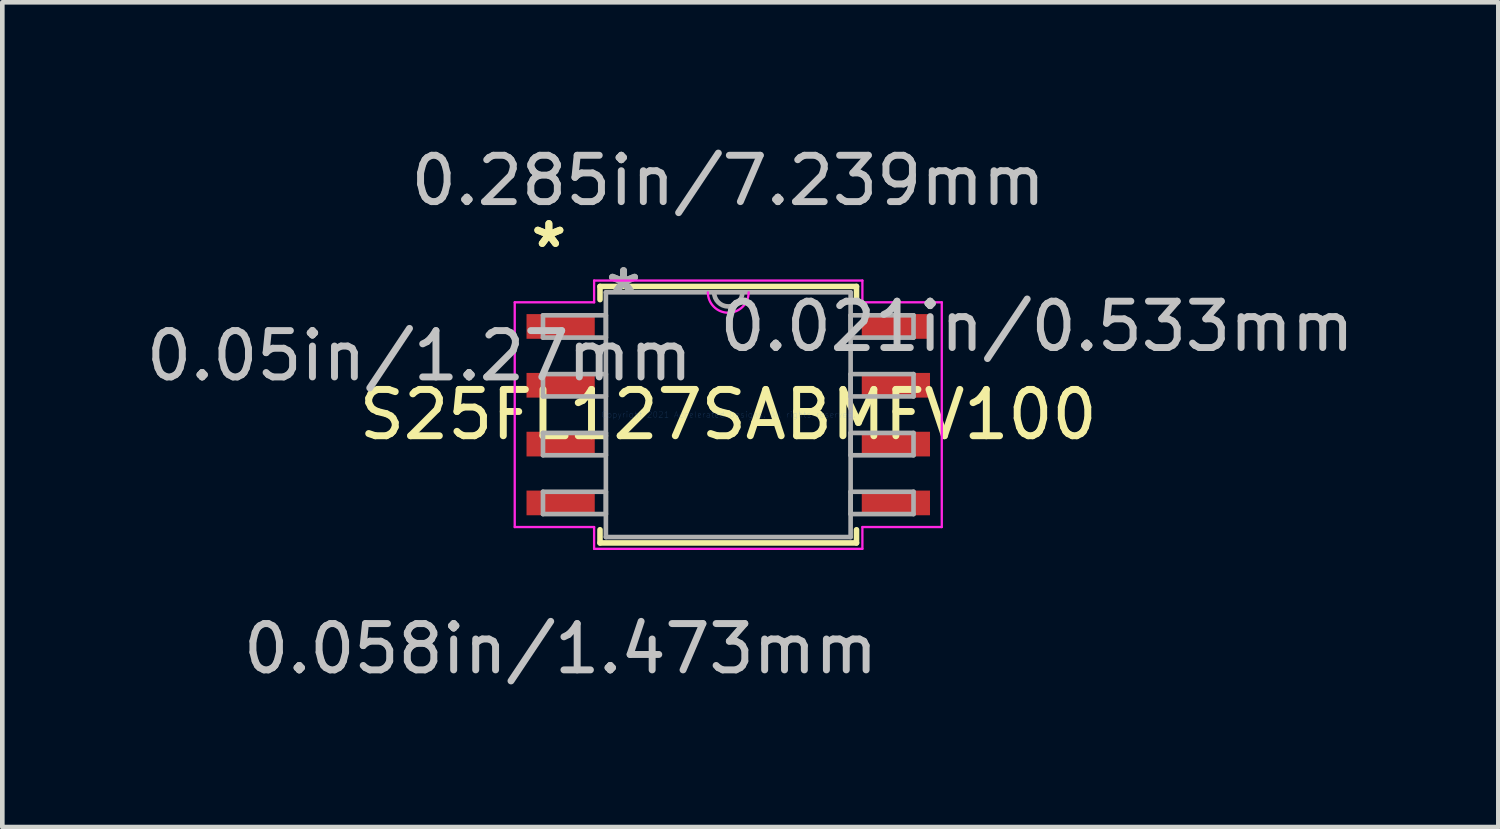
<source format=kicad_pcb>
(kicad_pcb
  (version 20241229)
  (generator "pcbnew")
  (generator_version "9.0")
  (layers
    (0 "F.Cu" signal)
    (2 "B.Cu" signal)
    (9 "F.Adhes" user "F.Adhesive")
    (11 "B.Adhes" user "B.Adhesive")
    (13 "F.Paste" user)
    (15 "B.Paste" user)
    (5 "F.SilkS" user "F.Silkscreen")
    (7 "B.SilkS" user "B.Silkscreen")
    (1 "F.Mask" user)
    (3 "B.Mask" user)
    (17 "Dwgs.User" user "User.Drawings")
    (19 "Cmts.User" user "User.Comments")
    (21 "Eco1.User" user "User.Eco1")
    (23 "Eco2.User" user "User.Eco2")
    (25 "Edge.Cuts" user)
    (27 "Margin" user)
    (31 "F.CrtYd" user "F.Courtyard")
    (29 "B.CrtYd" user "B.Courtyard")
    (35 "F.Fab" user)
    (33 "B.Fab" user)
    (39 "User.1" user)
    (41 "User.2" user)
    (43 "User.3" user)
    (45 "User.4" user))
  (footprint "S25FL127SABMFV100"
    (layer "F.Cu")
    (at 12.673 5.903)
    (property "Reference" "S25FL127SABMFV100" (at 0 0 0) (layer "F.SilkS") (effects (font (size 1 1) (thickness 0.15))))
    (attr through_hole)
    (fp_line (start -2.769 -2.769) (end -2.769 -2.484) (stroke (width 0.12) (type solid)) (layer "F.SilkS"))
    (fp_line (start -2.769 2.484) (end -2.769 2.769) (stroke (width 0.12) (type solid)) (layer "F.SilkS"))
    (fp_line (start -2.769 2.769) (end 2.769 2.769) (stroke (width 0.12) (type solid)) (layer "F.SilkS"))
    (fp_line (start 2.769 -2.769) (end -2.769 -2.769) (stroke (width 0.12) (type solid)) (layer "F.SilkS"))
    (fp_line (start 2.769 -2.484) (end 2.769 -2.769) (stroke (width 0.12) (type solid)) (layer "F.SilkS"))
    (fp_line (start 2.769 2.769) (end 2.769 2.484) (stroke (width 0.12) (type solid)) (layer "F.SilkS"))
    (fp_line (start -4.61 -2.426) (end -2.896 -2.426) (stroke (width 0.05) (type solid)) (layer "F.CrtYd"))
    (fp_line (start -4.61 2.426) (end -4.61 -2.426) (stroke (width 0.05) (type solid)) (layer "F.CrtYd"))
    (fp_line (start -2.896 -2.896) (end 2.896 -2.896) (stroke (width 0.05) (type solid)) (layer "F.CrtYd"))
    (fp_line (start -2.896 -2.426) (end -2.896 -2.896) (stroke (width 0.05) (type solid)) (layer "F.CrtYd"))
    (fp_line (start -2.896 2.426) (end -4.61 2.426) (stroke (width 0.05) (type solid)) (layer "F.CrtYd"))
    (fp_line (start -2.896 2.896) (end -2.896 2.426) (stroke (width 0.05) (type solid)) (layer "F.CrtYd"))
    (fp_line (start 2.896 -2.896) (end 2.896 -2.426) (stroke (width 0.05) (type solid)) (layer "F.CrtYd"))
    (fp_line (start 2.896 -2.426) (end 4.61 -2.426) (stroke (width 0.05) (type solid)) (layer "F.CrtYd"))
    (fp_line (start 2.896 2.426) (end 2.896 2.896) (stroke (width 0.05) (type solid)) (layer "F.CrtYd"))
    (fp_line (start 2.896 2.896) (end -2.896 2.896) (stroke (width 0.05) (type solid)) (layer "F.CrtYd"))
    (fp_line (start 4.61 -2.426) (end 4.61 2.426) (stroke (width 0.05) (type solid)) (layer "F.CrtYd"))
    (fp_line (start 4.61 2.426) (end 2.896 2.426) (stroke (width 0.05) (type solid)) (layer "F.CrtYd"))
    (fp_arc (start 0.440267 -2.6416) (mid 0 -2.201333) (end -0.440267 -2.6416) (stroke (width 0.05) (type solid)) (layer "F.CrtYd"))
    (fp_line (start -4 -2.146) (end -4 -1.664) (stroke (width 0.1) (type solid)) (layer "F.Fab"))
    (fp_line (start -4 -1.664) (end -2.642 -1.664) (stroke (width 0.1) (type solid)) (layer "F.Fab"))
    (fp_line (start -4 -0.876) (end -4 -0.394) (stroke (width 0.1) (type solid)) (layer "F.Fab"))
    (fp_line (start -4 -0.394) (end -2.642 -0.394) (stroke (width 0.1) (type solid)) (layer "F.Fab"))
    (fp_line (start -4 0.394) (end -4 0.876) (stroke (width 0.1) (type solid)) (layer "F.Fab"))
    (fp_line (start -4 0.876) (end -2.642 0.876) (stroke (width 0.1) (type solid)) (layer "F.Fab"))
    (fp_line (start -4 1.664) (end -4 2.146) (stroke (width 0.1) (type solid)) (layer "F.Fab"))
    (fp_line (start -4 2.146) (end -2.642 2.146) (stroke (width 0.1) (type solid)) (layer "F.Fab"))
    (fp_line (start -2.642 -2.642) (end -2.642 2.642) (stroke (width 0.1) (type solid)) (layer "F.Fab"))
    (fp_line (start -2.642 -2.146) (end -4 -2.146) (stroke (width 0.1) (type solid)) (layer "F.Fab"))
    (fp_line (start -2.642 -1.664) (end -2.642 -2.146) (stroke (width 0.1) (type solid)) (layer "F.Fab"))
    (fp_line (start -2.642 -0.876) (end -4 -0.876) (stroke (width 0.1) (type solid)) (layer "F.Fab"))
    (fp_line (start -2.642 -0.394) (end -2.642 -0.876) (stroke (width 0.1) (type solid)) (layer "F.Fab"))
    (fp_line (start -2.642 0.394) (end -4 0.394) (stroke (width 0.1) (type solid)) (layer "F.Fab"))
    (fp_line (start -2.642 0.876) (end -2.642 0.394) (stroke (width 0.1) (type solid)) (layer "F.Fab"))
    (fp_line (start -2.642 1.664) (end -4 1.664) (stroke (width 0.1) (type solid)) (layer "F.Fab"))
    (fp_line (start -2.642 2.146) (end -2.642 1.664) (stroke (width 0.1) (type solid)) (layer "F.Fab"))
    (fp_line (start -2.642 2.642) (end 2.642 2.642) (stroke (width 0.1) (type solid)) (layer "F.Fab"))
    (fp_line (start 2.642 -2.642) (end -2.642 -2.642) (stroke (width 0.1) (type solid)) (layer "F.Fab"))
    (fp_line (start 2.642 -2.146) (end 2.642 -1.664) (stroke (width 0.1) (type solid)) (layer "F.Fab"))
    (fp_line (start 2.642 -1.664) (end 4 -1.664) (stroke (width 0.1) (type solid)) (layer "F.Fab"))
    (fp_line (start 2.642 -0.876) (end 2.642 -0.394) (stroke (width 0.1) (type solid)) (layer "F.Fab"))
    (fp_line (start 2.642 -0.394) (end 4 -0.394) (stroke (width 0.1) (type solid)) (layer "F.Fab"))
    (fp_line (start 2.642 0.394) (end 2.642 0.876) (stroke (width 0.1) (type solid)) (layer "F.Fab"))
    (fp_line (start 2.642 0.876) (end 4 0.876) (stroke (width 0.1) (type solid)) (layer "F.Fab"))
    (fp_line (start 2.642 1.664) (end 2.642 2.146) (stroke (width 0.1) (type solid)) (layer "F.Fab"))
    (fp_line (start 2.642 2.146) (end 4 2.146) (stroke (width 0.1) (type solid)) (layer "F.Fab"))
    (fp_line (start 2.642 2.642) (end 2.642 -2.642) (stroke (width 0.1) (type solid)) (layer "F.Fab"))
    (fp_line (start 4 -2.146) (end 2.642 -2.146) (stroke (width 0.1) (type solid)) (layer "F.Fab"))
    (fp_line (start 4 -1.664) (end 4 -2.146) (stroke (width 0.1) (type solid)) (layer "F.Fab"))
    (fp_line (start 4 -0.876) (end 2.642 -0.876) (stroke (width 0.1) (type solid)) (layer "F.Fab"))
    (fp_line (start 4 -0.394) (end 4 -0.876) (stroke (width 0.1) (type solid)) (layer "F.Fab"))
    (fp_line (start 4 0.394) (end 2.642 0.394) (stroke (width 0.1) (type solid)) (layer "F.Fab"))
    (fp_line (start 4 0.876) (end 4 0.394) (stroke (width 0.1) (type solid)) (layer "F.Fab"))
    (fp_line (start 4 1.664) (end 2.642 1.664) (stroke (width 0.1) (type solid)) (layer "F.Fab"))
    (fp_line (start 4 2.146) (end 4 1.664) (stroke (width 0.1) (type solid)) (layer "F.Fab"))
    (fp_arc (start 0.3048 -2.6416) (mid 0 -2.3368) (end -0.3048 -2.6416) (stroke (width 0.1) (type solid)) (layer "F.Fab"))
    (fp_text user "*" (at -3.873 -3.581 0) (layer "F.SilkS") (effects (font (size 1 1) (thickness 0.15))))
    (fp_text user "*" (at -3.873 -3.581 0) (layer "F.SilkS") (effects (font (size 1 1) (thickness 0.15))))
    (fp_text user "0.058in/1.473mm" (at -3.619 5.055 0) (layer "Dwgs.User") (effects (font (size 1 1) (thickness 0.15))))
    (fp_text user "0.285in/7.239mm" (at 0 -5.055 0) (layer "Dwgs.User") (effects (font (size 1 1) (thickness 0.15))))
    (fp_text user "0.05in/1.27mm" (at -6.668 -1.27 0) (layer "Dwgs.User") (effects (font (size 1 1) (thickness 0.15))))
    (fp_text user "0.021in/0.533mm" (at 6.668 -1.905 0) (layer "Dwgs.User") (effects (font (size 1 1) (thickness 0.15))))
    (fp_text user "Copyright 2021 Accelerated Designs. All rights reserved." (at 0 0 0) (layer "Cmts.User") (effects (font (size 0.127 0.127) (thickness 0.002))))
    (fp_text user "*" (at -2.261 -2.565 0) (layer "F.Fab") (effects (font (size 1 1) (thickness 0.15))))
    (fp_text user "*" (at -2.261 -2.565 0) (layer "F.Fab") (effects (font (size 1 1) (thickness 0.15))))
    (pad "1" smd rect (at -3.619 -1.905) (size 1.473 0.533) (layers "F.Cu" "F.Mask" "F.Paste"))
    (pad "2" smd rect (at -3.619 -0.635) (size 1.473 0.533) (layers "F.Cu" "F.Mask" "F.Paste"))
    (pad "3" smd rect (at -3.619 0.635) (size 1.473 0.533) (layers "F.Cu" "F.Mask" "F.Paste"))
    (pad "4" smd rect (at -3.619 1.905) (size 1.473 0.533) (layers "F.Cu" "F.Mask" "F.Paste"))
    (pad "5" smd rect (at 3.619 1.905) (size 1.473 0.533) (layers "F.Cu" "F.Mask" "F.Paste"))
    (pad "6" smd rect (at 3.619 0.635) (size 1.473 0.533) (layers "F.Cu" "F.Mask" "F.Paste"))
    (pad "7" smd rect (at 3.619 -0.635) (size 1.473 0.533) (layers "F.Cu" "F.Mask" "F.Paste"))
    (pad "8" smd rect (at 3.619 -1.905) (size 1.473 0.533) (layers "F.Cu" "F.Mask" "F.Paste")))
  (gr_rect
    (start -3 -3)
    (end 29.299 14.806)
    (stroke (width 0.1) (type default))
    (fill no)
    (layer "Edge.Cuts")))
</source>
